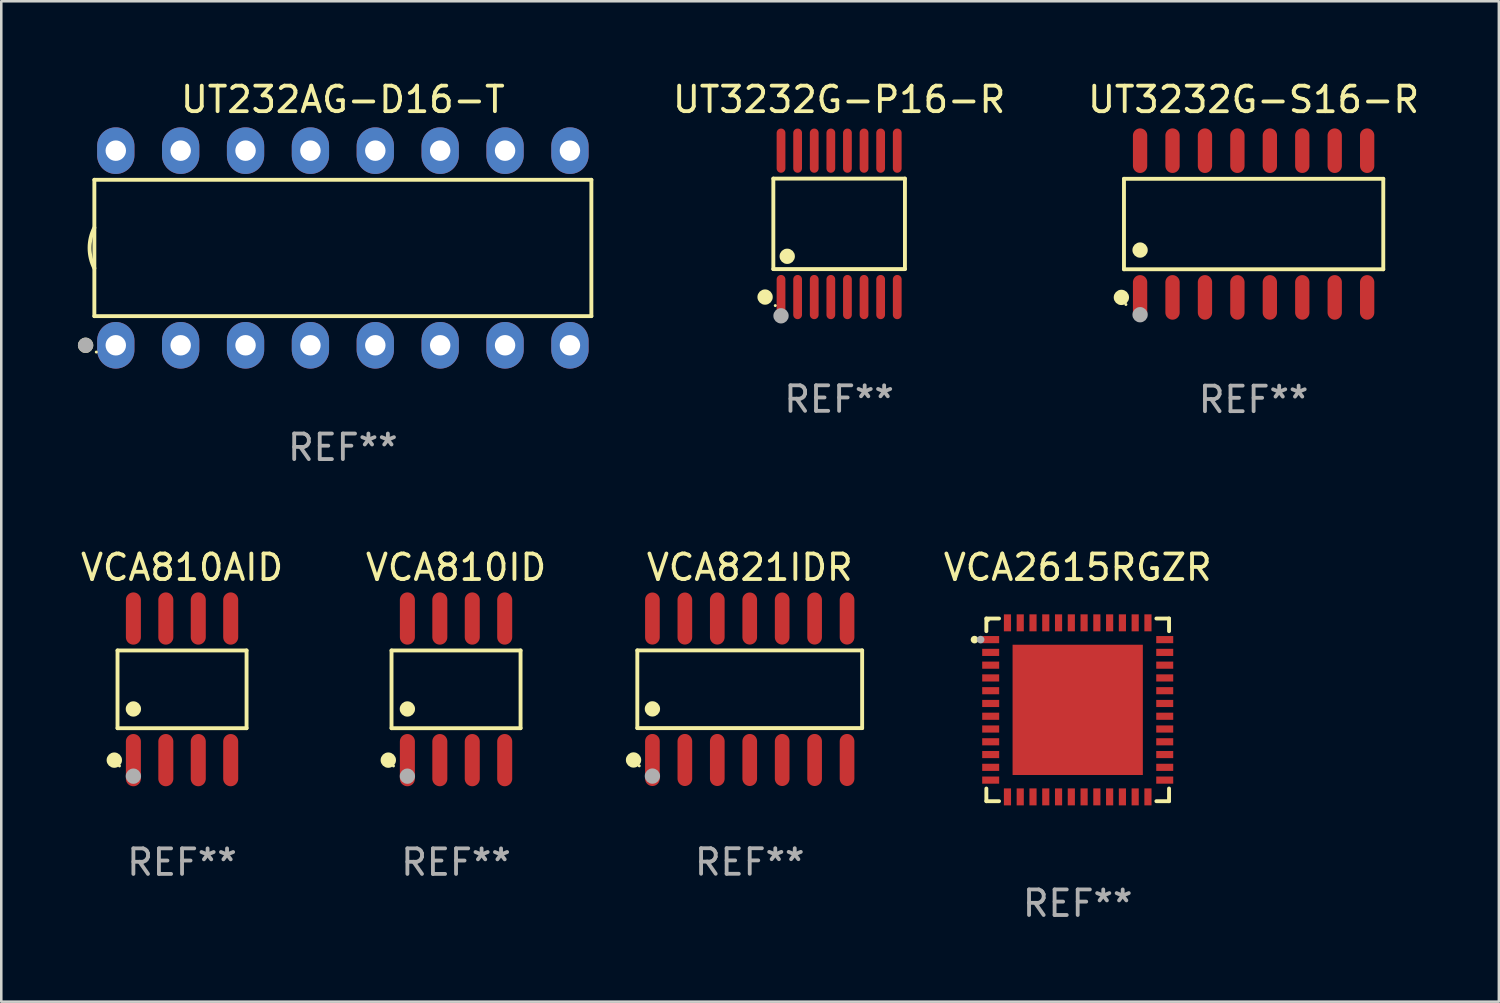
<source format=kicad_pcb>
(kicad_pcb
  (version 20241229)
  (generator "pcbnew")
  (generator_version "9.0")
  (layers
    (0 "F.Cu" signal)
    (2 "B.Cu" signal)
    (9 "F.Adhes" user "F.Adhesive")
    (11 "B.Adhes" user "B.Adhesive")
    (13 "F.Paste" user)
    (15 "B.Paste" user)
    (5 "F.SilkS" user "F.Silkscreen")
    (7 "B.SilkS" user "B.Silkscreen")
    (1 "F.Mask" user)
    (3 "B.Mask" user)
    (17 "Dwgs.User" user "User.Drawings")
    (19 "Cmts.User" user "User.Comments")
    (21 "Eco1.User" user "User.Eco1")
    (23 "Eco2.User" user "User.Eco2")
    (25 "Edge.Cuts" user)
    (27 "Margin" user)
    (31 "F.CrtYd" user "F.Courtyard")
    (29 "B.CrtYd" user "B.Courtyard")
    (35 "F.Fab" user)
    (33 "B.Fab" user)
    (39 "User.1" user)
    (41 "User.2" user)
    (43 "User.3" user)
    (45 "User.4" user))
  (footprint "VCA2615RGZR"
    (layer "F.Cu")
    (at 39.142 24.741)
    (property "Reference" "VCA2615RGZR" (at 0 -5.576 0) (layer "F.SilkS") (effects (font (size 1 1) (thickness 0.15))))
    (attr through_hole)
    (fp_line (start -3.576 -3.576) (end -3.576 -3.08) (stroke (width 0.152) (type solid)) (layer "F.SilkS"))
    (fp_line (start -3.576 3.576) (end -3.576 3.08) (stroke (width 0.152) (type solid)) (layer "F.SilkS"))
    (fp_line (start -3.08 -3.576) (end -3.576 -3.576) (stroke (width 0.152) (type solid)) (layer "F.SilkS"))
    (fp_line (start -3.08 3.576) (end -3.576 3.576) (stroke (width 0.152) (type solid)) (layer "F.SilkS"))
    (fp_line (start 3.08 -3.576) (end 3.576 -3.576) (stroke (width 0.152) (type solid)) (layer "F.SilkS"))
    (fp_line (start 3.08 3.576) (end 3.576 3.576) (stroke (width 0.152) (type solid)) (layer "F.SilkS"))
    (fp_line (start 3.576 -3.576) (end 3.576 -3.08) (stroke (width 0.152) (type solid)) (layer "F.SilkS"))
    (fp_line (start 3.576 3.576) (end 3.576 3.08) (stroke (width 0.152) (type solid)) (layer "F.SilkS"))
    (fp_circle (center -4.04 -2.75) (end -3.965 -2.75) (stroke (width 0.15) (type solid)) (fill no) (layer "F.SilkS"))
    (fp_circle (center -3.5 -3.5) (end -3.47 -3.5) (stroke (width 0.06) (type solid)) (fill no) (layer "F.SilkS"))
    (fp_circle (center -3.8 -2.75) (end -3.725 -2.75) (stroke (width 0.15) (type solid)) (fill no) (layer "F.Fab"))
    (fp_text user "REF**" (at 0 7.576 0) (layer "F.Fab") (effects (font (size 1 1) (thickness 0.15))))
    (pad "1" smd rect (at -3.407 -2.75) (size 0.665 0.28) (layers "F.Cu" "F.Mask" "F.Paste"))
    (pad "2" smd rect (at -3.407 -2.25) (size 0.665 0.28) (layers "F.Cu" "F.Mask" "F.Paste"))
    (pad "3" smd rect (at -3.407 -1.75) (size 0.665 0.28) (layers "F.Cu" "F.Mask" "F.Paste"))
    (pad "4" smd rect (at -3.407 -1.25) (size 0.665 0.28) (layers "F.Cu" "F.Mask" "F.Paste"))
    (pad "5" smd rect (at -3.407 -0.75) (size 0.665 0.28) (layers "F.Cu" "F.Mask" "F.Paste"))
    (pad "6" smd rect (at -3.407 -0.25) (size 0.665 0.28) (layers "F.Cu" "F.Mask" "F.Paste"))
    (pad "7" smd rect (at -3.407 0.25) (size 0.665 0.28) (layers "F.Cu" "F.Mask" "F.Paste"))
    (pad "8" smd rect (at -3.407 0.75) (size 0.665 0.28) (layers "F.Cu" "F.Mask" "F.Paste"))
    (pad "9" smd rect (at -3.407 1.25) (size 0.665 0.28) (layers "F.Cu" "F.Mask" "F.Paste"))
    (pad "10" smd rect (at -3.407 1.75) (size 0.665 0.28) (layers "F.Cu" "F.Mask" "F.Paste"))
    (pad "11" smd rect (at -3.407 2.25) (size 0.665 0.28) (layers "F.Cu" "F.Mask" "F.Paste"))
    (pad "12" smd rect (at -3.407 2.75) (size 0.665 0.28) (layers "F.Cu" "F.Mask" "F.Paste"))
    (pad "13" smd rect (at -2.75 3.407) (size 0.28 0.665) (layers "F.Cu" "F.Mask" "F.Paste"))
    (pad "14" smd rect (at -2.25 3.407) (size 0.28 0.665) (layers "F.Cu" "F.Mask" "F.Paste"))
    (pad "15" smd rect (at -1.75 3.407) (size 0.28 0.665) (layers "F.Cu" "F.Mask" "F.Paste"))
    (pad "16" smd rect (at -1.25 3.407) (size 0.28 0.665) (layers "F.Cu" "F.Mask" "F.Paste"))
    (pad "17" smd rect (at -0.75 3.407) (size 0.28 0.665) (layers "F.Cu" "F.Mask" "F.Paste"))
    (pad "18" smd rect (at -0.25 3.407) (size 0.28 0.665) (layers "F.Cu" "F.Mask" "F.Paste"))
    (pad "19" smd rect (at 0.25 3.407) (size 0.28 0.665) (layers "F.Cu" "F.Mask" "F.Paste"))
    (pad "20" smd rect (at 0.75 3.407) (size 0.28 0.665) (layers "F.Cu" "F.Mask" "F.Paste"))
    (pad "21" smd rect (at 1.25 3.407) (size 0.28 0.665) (layers "F.Cu" "F.Mask" "F.Paste"))
    (pad "22" smd rect (at 1.75 3.407) (size 0.28 0.665) (layers "F.Cu" "F.Mask" "F.Paste"))
    (pad "23" smd rect (at 2.25 3.407) (size 0.28 0.665) (layers "F.Cu" "F.Mask" "F.Paste"))
    (pad "24" smd rect (at 2.75 3.407) (size 0.28 0.665) (layers "F.Cu" "F.Mask" "F.Paste"))
    (pad "25" smd rect (at 3.407 2.75) (size 0.665 0.28) (layers "F.Cu" "F.Mask" "F.Paste"))
    (pad "26" smd rect (at 3.407 2.25) (size 0.665 0.28) (layers "F.Cu" "F.Mask" "F.Paste"))
    (pad "27" smd rect (at 3.407 1.75) (size 0.665 0.28) (layers "F.Cu" "F.Mask" "F.Paste"))
    (pad "28" smd rect (at 3.407 1.25) (size 0.665 0.28) (layers "F.Cu" "F.Mask" "F.Paste"))
    (pad "29" smd rect (at 3.407 0.75) (size 0.665 0.28) (layers "F.Cu" "F.Mask" "F.Paste"))
    (pad "30" smd rect (at 3.407 0.25) (size 0.665 0.28) (layers "F.Cu" "F.Mask" "F.Paste"))
    (pad "31" smd rect (at 3.407 -0.25) (size 0.665 0.28) (layers "F.Cu" "F.Mask" "F.Paste"))
    (pad "32" smd rect (at 3.407 -0.75) (size 0.665 0.28) (layers "F.Cu" "F.Mask" "F.Paste"))
    (pad "33" smd rect (at 3.407 -1.25) (size 0.665 0.28) (layers "F.Cu" "F.Mask" "F.Paste"))
    (pad "34" smd rect (at 3.407 -1.75) (size 0.665 0.28) (layers "F.Cu" "F.Mask" "F.Paste"))
    (pad "35" smd rect (at 3.407 -2.25) (size 0.665 0.28) (layers "F.Cu" "F.Mask" "F.Paste"))
    (pad "36" smd rect (at 3.407 -2.75) (size 0.665 0.28) (layers "F.Cu" "F.Mask" "F.Paste"))
    (pad "37" smd rect (at 2.75 -3.407) (size 0.28 0.665) (layers "F.Cu" "F.Mask" "F.Paste"))
    (pad "38" smd rect (at 2.25 -3.407) (size 0.28 0.665) (layers "F.Cu" "F.Mask" "F.Paste"))
    (pad "39" smd rect (at 1.75 -3.407) (size 0.28 0.665) (layers "F.Cu" "F.Mask" "F.Paste"))
    (pad "40" smd rect (at 1.25 -3.407) (size 0.28 0.665) (layers "F.Cu" "F.Mask" "F.Paste"))
    (pad "41" smd rect (at 0.75 -3.407) (size 0.28 0.665) (layers "F.Cu" "F.Mask" "F.Paste"))
    (pad "42" smd rect (at 0.25 -3.407) (size 0.28 0.665) (layers "F.Cu" "F.Mask" "F.Paste"))
    (pad "43" smd rect (at -0.25 -3.407) (size 0.28 0.665) (layers "F.Cu" "F.Mask" "F.Paste"))
    (pad "44" smd rect (at -0.75 -3.407) (size 0.28 0.665) (layers "F.Cu" "F.Mask" "F.Paste"))
    (pad "45" smd rect (at -1.25 -3.407) (size 0.28 0.665) (layers "F.Cu" "F.Mask" "F.Paste"))
    (pad "46" smd rect (at -1.75 -3.407) (size 0.28 0.665) (layers "F.Cu" "F.Mask" "F.Paste"))
    (pad "47" smd rect (at -2.25 -3.407) (size 0.28 0.665) (layers "F.Cu" "F.Mask" "F.Paste"))
    (pad "48" smd rect (at -2.75 -3.407) (size 0.28 0.665) (layers "F.Cu" "F.Mask" "F.Paste"))
    (pad "49" smd rect (at 0 0) (size 5.1 5.1) (layers "F.Cu" "F.Mask" "F.Paste")))
  (footprint "UT232AG-D16-T"
    (layer "F.Cu")
    (at 10.373 6.658)
    (property "Reference" "UT232AG-D16-T" (at 0 -5.81 0) (layer "F.SilkS") (effects (font (size 1 1) (thickness 0.15))))
    (attr through_hole)
    (fp_line (start -9.729 -2.669) (end 9.729 -2.669) (stroke (width 0.152) (type solid)) (layer "F.SilkS"))
    (fp_line (start -9.729 2.669) (end -9.729 -2.669) (stroke (width 0.152) (type solid)) (layer "F.SilkS"))
    (fp_line (start 9.729 -2.669) (end 9.729 2.669) (stroke (width 0.152) (type solid)) (layer "F.SilkS"))
    (fp_line (start 9.729 2.669) (end -9.729 2.669) (stroke (width 0.152) (type solid)) (layer "F.SilkS"))
    (fp_arc (start -9.728727 0.793751) (mid -9.916106 0) (end -9.728727 -0.793752) (stroke (width 0.1524) (type solid)) (layer "F.SilkS"))
    (fp_circle (center -10.072 3.81) (end -9.922 3.81) (stroke (width 0.3) (type solid)) (fill no) (layer "F.SilkS"))
    (fp_circle (center -9.653 4.075) (end -9.623 4.075) (stroke (width 0.06) (type solid)) (fill no) (layer "F.SilkS"))
    (fp_circle (center -10.072 3.81) (end -9.922 3.81) (stroke (width 0.3) (type solid)) (fill no) (layer "F.Fab"))
    (fp_text user "REF**" (at 0 7.81 0) (layer "F.Fab") (effects (font (size 1 1) (thickness 0.15))))
    (pad "1" thru_hole oval (at -8.89 3.81) (size 1.46 1.825) (drill 0.8) (layers "*.Cu" "*.Mask"))
    (pad "2" thru_hole oval (at -6.35 3.81) (size 1.46 1.825) (drill 0.8) (layers "*.Cu" "*.Mask"))
    (pad "3" thru_hole oval (at -3.81 3.81) (size 1.46 1.825) (drill 0.8) (layers "*.Cu" "*.Mask"))
    (pad "4" thru_hole oval (at -1.27 3.81) (size 1.46 1.825) (drill 0.8) (layers "*.Cu" "*.Mask"))
    (pad "5" thru_hole oval (at 1.27 3.81) (size 1.46 1.825) (drill 0.8) (layers "*.Cu" "*.Mask"))
    (pad "6" thru_hole oval (at 3.81 3.81) (size 1.46 1.825) (drill 0.8) (layers "*.Cu" "*.Mask"))
    (pad "7" thru_hole oval (at 6.35 3.81) (size 1.46 1.825) (drill 0.8) (layers "*.Cu" "*.Mask"))
    (pad "8" thru_hole oval (at 8.89 3.81) (size 1.46 1.825) (drill 0.8) (layers "*.Cu" "*.Mask"))
    (pad "9" thru_hole oval (at 8.89 -3.81) (size 1.46 1.825) (drill 0.8) (layers "*.Cu" "*.Mask"))
    (pad "10" thru_hole oval (at 6.35 -3.81) (size 1.46 1.825) (drill 0.8) (layers "*.Cu" "*.Mask"))
    (pad "11" thru_hole oval (at 3.81 -3.81) (size 1.46 1.825) (drill 0.8) (layers "*.Cu" "*.Mask"))
    (pad "12" thru_hole oval (at 1.27 -3.81) (size 1.46 1.825) (drill 0.8) (layers "*.Cu" "*.Mask"))
    (pad "13" thru_hole oval (at -1.27 -3.81) (size 1.46 1.825) (drill 0.8) (layers "*.Cu" "*.Mask"))
    (pad "14" thru_hole oval (at -3.81 -3.81) (size 1.46 1.825) (drill 0.8) (layers "*.Cu" "*.Mask"))
    (pad "15" thru_hole oval (at -6.35 -3.81) (size 1.46 1.825) (drill 0.8) (layers "*.Cu" "*.Mask"))
    (pad "16" thru_hole oval (at -8.89 -3.81) (size 1.46 1.825) (drill 0.8) (layers "*.Cu" "*.Mask")))
  (footprint "VCA810AID"
    (layer "F.Cu")
    (at 4.077 23.937)
    (property "Reference" "VCA810AID" (at 0 -4.772 0) (layer "F.SilkS") (effects (font (size 1 1) (thickness 0.15))))
    (attr through_hole)
    (fp_line (start -2.526 -1.521) (end 2.526 -1.521) (stroke (width 0.152) (type solid)) (layer "F.SilkS"))
    (fp_line (start -2.526 1.521) (end -2.526 -1.521) (stroke (width 0.152) (type solid)) (layer "F.SilkS"))
    (fp_line (start 2.526 -1.521) (end 2.526 1.521) (stroke (width 0.152) (type solid)) (layer "F.SilkS"))
    (fp_line (start 2.526 1.521) (end -2.526 1.521) (stroke (width 0.152) (type solid)) (layer "F.SilkS"))
    (fp_circle (center -2.652 2.772) (end -2.501 2.772) (stroke (width 0.3) (type solid)) (fill no) (layer "F.SilkS"))
    (fp_circle (center -2.45 3) (end -2.42 3) (stroke (width 0.06) (type solid)) (fill no) (layer "F.SilkS"))
    (fp_circle (center -1.905 0.769) (end -1.755 0.769) (stroke (width 0.3) (type solid)) (fill no) (layer "F.SilkS"))
    (fp_circle (center -1.905 3.4) (end -1.755 3.4) (stroke (width 0.3) (type solid)) (fill no) (layer "F.Fab"))
    (fp_text user "REF**" (at 0 6.772 0) (layer "F.Fab") (effects (font (size 1 1) (thickness 0.15))))
    (pad "1" smd oval (at -1.905 2.772) (size 0.588 2.045) (layers "F.Cu" "F.Mask" "F.Paste"))
    (pad "2" smd oval (at -0.635 2.772) (size 0.588 2.045) (layers "F.Cu" "F.Mask" "F.Paste"))
    (pad "3" smd oval (at 0.635 2.772) (size 0.588 2.045) (layers "F.Cu" "F.Mask" "F.Paste"))
    (pad "4" smd oval (at 1.905 2.772) (size 0.588 2.045) (layers "F.Cu" "F.Mask" "F.Paste"))
    (pad "5" smd oval (at 1.905 -2.772) (size 0.588 2.045) (layers "F.Cu" "F.Mask" "F.Paste"))
    (pad "6" smd oval (at 0.635 -2.772) (size 0.588 2.045) (layers "F.Cu" "F.Mask" "F.Paste"))
    (pad "7" smd oval (at -0.635 -2.772) (size 0.588 2.045) (layers "F.Cu" "F.Mask" "F.Paste"))
    (pad "8" smd oval (at -1.905 -2.772) (size 0.588 2.045) (layers "F.Cu" "F.Mask" "F.Paste")))
  (footprint "UT3232G-S16-R"
    (layer "F.Cu")
    (at 46.029 5.721)
    (property "Reference" "UT3232G-S16-R" (at 0 -4.872 0) (layer "F.SilkS") (effects (font (size 1 1) (thickness 0.15))))
    (attr through_hole)
    (fp_line (start -5.076 -1.771) (end 5.076 -1.771) (stroke (width 0.152) (type solid)) (layer "F.SilkS"))
    (fp_line (start -5.076 1.771) (end -5.076 -1.771) (stroke (width 0.152) (type solid)) (layer "F.SilkS"))
    (fp_line (start 5.076 -1.771) (end 5.076 1.771) (stroke (width 0.152) (type solid)) (layer "F.SilkS"))
    (fp_line (start 5.076 1.771) (end -5.076 1.771) (stroke (width 0.152) (type solid)) (layer "F.SilkS"))
    (fp_circle (center -5.177 2.872) (end -5.027 2.872) (stroke (width 0.3) (type solid)) (fill no) (layer "F.SilkS"))
    (fp_circle (center -5 3.15) (end -4.97 3.15) (stroke (width 0.06) (type solid)) (fill no) (layer "F.SilkS"))
    (fp_circle (center -4.445 1.019) (end -4.295 1.019) (stroke (width 0.3) (type solid)) (fill no) (layer "F.SilkS"))
    (fp_circle (center -4.445 3.55) (end -4.295 3.55) (stroke (width 0.3) (type solid)) (fill no) (layer "F.Fab"))
    (fp_text user "REF**" (at 0 6.872 0) (layer "F.Fab") (effects (font (size 1 1) (thickness 0.15))))
    (pad "1" smd oval (at -4.445 2.872) (size 0.56 1.745) (layers "F.Cu" "F.Mask" "F.Paste"))
    (pad "2" smd oval (at -3.175 2.872) (size 0.56 1.745) (layers "F.Cu" "F.Mask" "F.Paste"))
    (pad "3" smd oval (at -1.905 2.872) (size 0.56 1.745) (layers "F.Cu" "F.Mask" "F.Paste"))
    (pad "4" smd oval (at -0.635 2.872) (size 0.56 1.745) (layers "F.Cu" "F.Mask" "F.Paste"))
    (pad "5" smd oval (at 0.635 2.872) (size 0.56 1.745) (layers "F.Cu" "F.Mask" "F.Paste"))
    (pad "6" smd oval (at 1.905 2.872) (size 0.56 1.745) (layers "F.Cu" "F.Mask" "F.Paste"))
    (pad "7" smd oval (at 3.175 2.872) (size 0.56 1.745) (layers "F.Cu" "F.Mask" "F.Paste"))
    (pad "8" smd oval (at 4.445 2.872) (size 0.56 1.745) (layers "F.Cu" "F.Mask" "F.Paste"))
    (pad "9" smd oval (at 4.445 -2.872) (size 0.56 1.745) (layers "F.Cu" "F.Mask" "F.Paste"))
    (pad "10" smd oval (at 3.175 -2.872) (size 0.56 1.745) (layers "F.Cu" "F.Mask" "F.Paste"))
    (pad "11" smd oval (at 1.905 -2.872) (size 0.56 1.745) (layers "F.Cu" "F.Mask" "F.Paste"))
    (pad "12" smd oval (at 0.635 -2.872) (size 0.56 1.745) (layers "F.Cu" "F.Mask" "F.Paste"))
    (pad "13" smd oval (at -0.635 -2.872) (size 0.56 1.745) (layers "F.Cu" "F.Mask" "F.Paste"))
    (pad "14" smd oval (at -1.905 -2.872) (size 0.56 1.745) (layers "F.Cu" "F.Mask" "F.Paste"))
    (pad "15" smd oval (at -3.175 -2.872) (size 0.56 1.745) (layers "F.Cu" "F.Mask" "F.Paste"))
    (pad "16" smd oval (at -4.445 -2.872) (size 0.56 1.745) (layers "F.Cu" "F.Mask" "F.Paste")))
  (footprint "UT3232G-P16-R"
    (layer "F.Cu")
    (at 29.802 5.714)
    (property "Reference" "UT3232G-P16-R" (at 0 -4.866 0) (layer "F.SilkS") (effects (font (size 1 1) (thickness 0.15))))
    (attr through_hole)
    (fp_line (start -2.576 -1.772) (end 2.576 -1.772) (stroke (width 0.152) (type solid)) (layer "F.SilkS"))
    (fp_line (start -2.576 1.771) (end -2.576 -1.772) (stroke (width 0.152) (type solid)) (layer "F.SilkS"))
    (fp_line (start 2.576 -1.772) (end 2.576 1.771) (stroke (width 0.152) (type solid)) (layer "F.SilkS"))
    (fp_line (start 2.576 1.771) (end -2.576 1.771) (stroke (width 0.152) (type solid)) (layer "F.SilkS"))
    (fp_circle (center -2.899 2.866) (end -2.749 2.866) (stroke (width 0.3) (type solid)) (fill no) (layer "F.SilkS"))
    (fp_circle (center -2.5 3.2) (end -2.47 3.2) (stroke (width 0.06) (type solid)) (fill no) (layer "F.SilkS"))
    (fp_circle (center -2.032 1.27) (end -1.882 1.27) (stroke (width 0.3) (type solid)) (fill no) (layer "F.SilkS"))
    (fp_circle (center -2.275 3.6) (end -2.125 3.6) (stroke (width 0.3) (type solid)) (fill no) (layer "F.Fab"))
    (fp_text user "REF**" (at 0 6.866 0) (layer "F.Fab") (effects (font (size 1 1) (thickness 0.15))))
    (pad "1" smd oval (at -2.275 2.866) (size 0.343 1.731) (layers "F.Cu" "F.Mask" "F.Paste"))
    (pad "2" smd oval (at -1.625 2.866) (size 0.343 1.731) (layers "F.Cu" "F.Mask" "F.Paste"))
    (pad "3" smd oval (at -0.975 2.866) (size 0.343 1.731) (layers "F.Cu" "F.Mask" "F.Paste"))
    (pad "4" smd oval (at -0.325 2.866) (size 0.343 1.731) (layers "F.Cu" "F.Mask" "F.Paste"))
    (pad "5" smd oval (at 0.325 2.866) (size 0.343 1.731) (layers "F.Cu" "F.Mask" "F.Paste"))
    (pad "6" smd oval (at 0.975 2.866) (size 0.343 1.731) (layers "F.Cu" "F.Mask" "F.Paste"))
    (pad "7" smd oval (at 1.625 2.866) (size 0.343 1.731) (layers "F.Cu" "F.Mask" "F.Paste"))
    (pad "8" smd oval (at 2.275 2.866) (size 0.343 1.731) (layers "F.Cu" "F.Mask" "F.Paste"))
    (pad "9" smd oval (at 2.275 -2.866) (size 0.343 1.731) (layers "F.Cu" "F.Mask" "F.Paste"))
    (pad "10" smd oval (at 1.625 -2.866) (size 0.343 1.731) (layers "F.Cu" "F.Mask" "F.Paste"))
    (pad "11" smd oval (at 0.975 -2.866) (size 0.343 1.731) (layers "F.Cu" "F.Mask" "F.Paste"))
    (pad "12" smd oval (at 0.325 -2.866) (size 0.343 1.731) (layers "F.Cu" "F.Mask" "F.Paste"))
    (pad "13" smd oval (at -0.325 -2.866) (size 0.343 1.731) (layers "F.Cu" "F.Mask" "F.Paste"))
    (pad "14" smd oval (at -0.975 -2.866) (size 0.343 1.731) (layers "F.Cu" "F.Mask" "F.Paste"))
    (pad "15" smd oval (at -1.625 -2.866) (size 0.343 1.731) (layers "F.Cu" "F.Mask" "F.Paste"))
    (pad "16" smd oval (at -2.275 -2.866) (size 0.343 1.731) (layers "F.Cu" "F.Mask" "F.Paste")))
  (footprint "VCA810ID"
    (layer "F.Cu")
    (at 14.804 23.937)
    (property "Reference" "VCA810ID" (at 0 -4.772 0) (layer "F.SilkS") (effects (font (size 1 1) (thickness 0.15))))
    (attr through_hole)
    (fp_line (start -2.526 -1.521) (end 2.526 -1.521) (stroke (width 0.152) (type solid)) (layer "F.SilkS"))
    (fp_line (start -2.526 1.521) (end -2.526 -1.521) (stroke (width 0.152) (type solid)) (layer "F.SilkS"))
    (fp_line (start 2.526 -1.521) (end 2.526 1.521) (stroke (width 0.152) (type solid)) (layer "F.SilkS"))
    (fp_line (start 2.526 1.521) (end -2.526 1.521) (stroke (width 0.152) (type solid)) (layer "F.SilkS"))
    (fp_circle (center -2.652 2.772) (end -2.501 2.772) (stroke (width 0.3) (type solid)) (fill no) (layer "F.SilkS"))
    (fp_circle (center -2.45 3) (end -2.42 3) (stroke (width 0.06) (type solid)) (fill no) (layer "F.SilkS"))
    (fp_circle (center -1.905 0.769) (end -1.755 0.769) (stroke (width 0.3) (type solid)) (fill no) (layer "F.SilkS"))
    (fp_circle (center -1.905 3.4) (end -1.755 3.4) (stroke (width 0.3) (type solid)) (fill no) (layer "F.Fab"))
    (fp_text user "REF**" (at 0 6.772 0) (layer "F.Fab") (effects (font (size 1 1) (thickness 0.15))))
    (pad "1" smd oval (at -1.905 2.772) (size 0.588 2.045) (layers "F.Cu" "F.Mask" "F.Paste"))
    (pad "2" smd oval (at -0.635 2.772) (size 0.588 2.045) (layers "F.Cu" "F.Mask" "F.Paste"))
    (pad "3" smd oval (at 0.635 2.772) (size 0.588 2.045) (layers "F.Cu" "F.Mask" "F.Paste"))
    (pad "4" smd oval (at 1.905 2.772) (size 0.588 2.045) (layers "F.Cu" "F.Mask" "F.Paste"))
    (pad "5" smd oval (at 1.905 -2.772) (size 0.588 2.045) (layers "F.Cu" "F.Mask" "F.Paste"))
    (pad "6" smd oval (at 0.635 -2.772) (size 0.588 2.045) (layers "F.Cu" "F.Mask" "F.Paste"))
    (pad "7" smd oval (at -0.635 -2.772) (size 0.588 2.045) (layers "F.Cu" "F.Mask" "F.Paste"))
    (pad "8" smd oval (at -1.905 -2.772) (size 0.588 2.045) (layers "F.Cu" "F.Mask" "F.Paste")))
  (footprint "VCA821IDR"
    (layer "F.Cu")
    (at 26.302 23.934)
    (property "Reference" "VCA821IDR" (at 0 -4.769 0) (layer "F.SilkS") (effects (font (size 1 1) (thickness 0.15))))
    (attr through_hole)
    (fp_line (start -4.401 -1.521) (end 4.401 -1.521) (stroke (width 0.152) (type solid)) (layer "F.SilkS"))
    (fp_line (start -4.401 1.521) (end -4.401 -1.521) (stroke (width 0.152) (type solid)) (layer "F.SilkS"))
    (fp_line (start 4.401 -1.521) (end 4.401 1.521) (stroke (width 0.152) (type solid)) (layer "F.SilkS"))
    (fp_line (start 4.401 1.521) (end -4.401 1.521) (stroke (width 0.152) (type solid)) (layer "F.SilkS"))
    (fp_circle (center -4.549 2.769) (end -4.399 2.769) (stroke (width 0.3) (type solid)) (fill no) (layer "F.SilkS"))
    (fp_circle (center -4.325 3) (end -4.295 3) (stroke (width 0.06) (type solid)) (fill no) (layer "F.SilkS"))
    (fp_circle (center -3.81 0.769) (end -3.66 0.769) (stroke (width 0.3) (type solid)) (fill no) (layer "F.SilkS"))
    (fp_circle (center -3.81 3.4) (end -3.66 3.4) (stroke (width 0.3) (type solid)) (fill no) (layer "F.Fab"))
    (fp_text user "REF**" (at 0 6.769 0) (layer "F.Fab") (effects (font (size 1 1) (thickness 0.15))))
    (pad "1" smd oval (at -3.81 2.769) (size 0.574 2.038) (layers "F.Cu" "F.Mask" "F.Paste"))
    (pad "2" smd oval (at -2.54 2.769) (size 0.574 2.038) (layers "F.Cu" "F.Mask" "F.Paste"))
    (pad "3" smd oval (at -1.27 2.769) (size 0.574 2.038) (layers "F.Cu" "F.Mask" "F.Paste"))
    (pad "4" smd oval (at 0 2.769) (size 0.574 2.038) (layers "F.Cu" "F.Mask" "F.Paste"))
    (pad "5" smd oval (at 1.27 2.769) (size 0.574 2.038) (layers "F.Cu" "F.Mask" "F.Paste"))
    (pad "6" smd oval (at 2.54 2.769) (size 0.574 2.038) (layers "F.Cu" "F.Mask" "F.Paste"))
    (pad "7" smd oval (at 3.81 2.769) (size 0.574 2.038) (layers "F.Cu" "F.Mask" "F.Paste"))
    (pad "8" smd oval (at 3.81 -2.769) (size 0.574 2.038) (layers "F.Cu" "F.Mask" "F.Paste"))
    (pad "9" smd oval (at 2.54 -2.769) (size 0.574 2.038) (layers "F.Cu" "F.Mask" "F.Paste"))
    (pad "10" smd oval (at 1.27 -2.769) (size 0.574 2.038) (layers "F.Cu" "F.Mask" "F.Paste"))
    (pad "11" smd oval (at 0 -2.769) (size 0.574 2.038) (layers "F.Cu" "F.Mask" "F.Paste"))
    (pad "12" smd oval (at -1.27 -2.769) (size 0.574 2.038) (layers "F.Cu" "F.Mask" "F.Paste"))
    (pad "13" smd oval (at -2.54 -2.769) (size 0.574 2.038) (layers "F.Cu" "F.Mask" "F.Paste"))
    (pad "14" smd oval (at -3.81 -2.769) (size 0.574 2.038) (layers "F.Cu" "F.Mask" "F.Paste")))
  (gr_rect
    (start -3 -3)
    (end 55.63 36.165)
    (stroke (width 0.1) (type default))
    (fill no)
    (layer "Edge.Cuts")))
</source>
